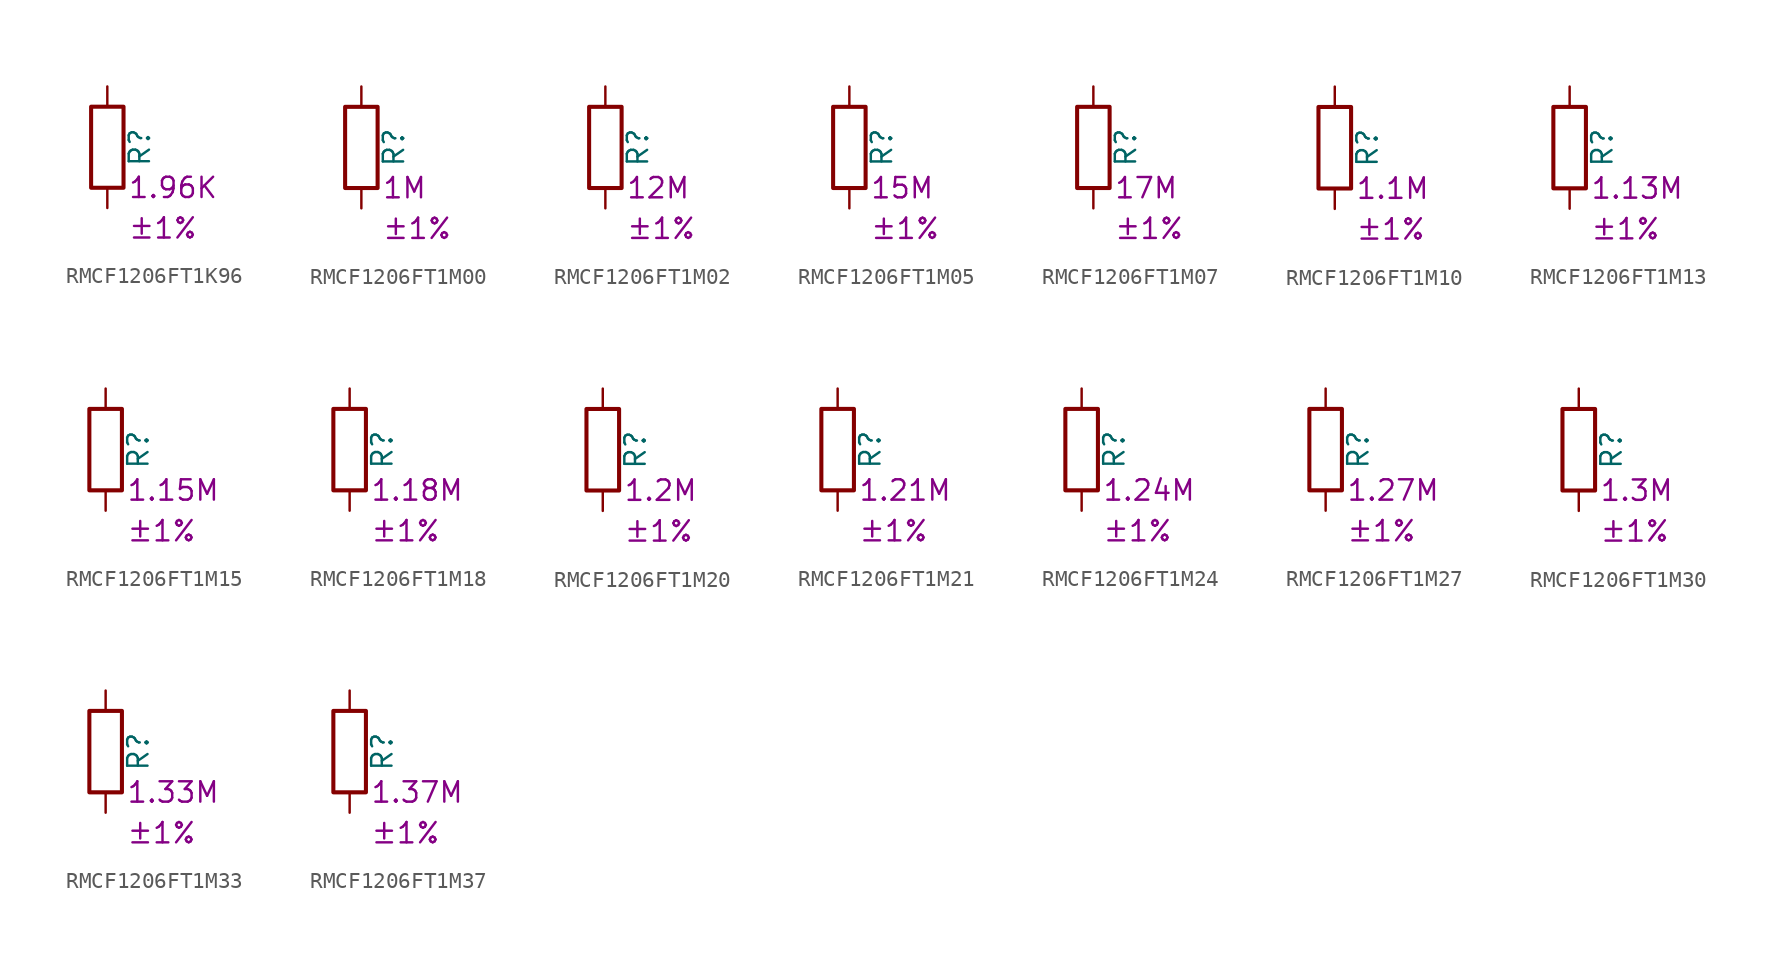
<source format=kicad_sym>
(kicad_symbol_lib
  (version 20220914)
  (generator kicad_symbol_editor)
  (symbol "RMCF1206FT1K96"
    (pin_numbers hide)
    (pin_names
      (offset 0))
    (property "Reference" "R"
      (at 2.032 0 90)
      (effects (font (size 1.27 1.27))))
    (property "Resistance" "1.96K"
      (at 1.27 -2.54 0)
      (effects (font (size 1.27 1.27)) (justify left)))
    (property "Tolerance" "±1%"
      (at 1.27 -5.08 0)
      (effects (font (size 1.27 1.27)) (justify left)))
    (symbol "RMCF1206FT1K96_0_1"
      (rectangle (start -1.016 -2.54) (end 1.016 2.54) (stroke (width 0.254) (type default)) (fill (type none))))
    (symbol "RMCF1206FT1K96_1_1"
      (pin passive line (at 0 3.81 270) (length 1.27) (name "~" (effects (font (size 1.27 1.27)))) (number "1" (effects (font (size 1.27 1.27)))))
      (pin passive line (at 0 -3.81 90) (length 1.27) (name "~" (effects (font (size 1.27 1.27)))) (number "2" (effects (font (size 1.27 1.27)))))))
  (symbol "RMCF1206FT1M00"
    (pin_numbers hide)
    (pin_names
      (offset 0))
    (property "Reference" "R"
      (at 2.032 0 90)
      (effects (font (size 1.27 1.27))))
    (property "Resistance" "1M"
      (at 1.27 -2.54 0)
      (effects (font (size 1.27 1.27)) (justify left)))
    (property "Tolerance" "±1%"
      (at 1.27 -5.08 0)
      (effects (font (size 1.27 1.27)) (justify left)))
    (symbol "RMCF1206FT1M00_0_1"
      (rectangle (start -1.016 -2.54) (end 1.016 2.54) (stroke (width 0.254) (type default)) (fill (type none))))
    (symbol "RMCF1206FT1M00_1_1"
      (pin passive line (at 0 3.81 270) (length 1.27) (name "~" (effects (font (size 1.27 1.27)))) (number "1" (effects (font (size 1.27 1.27)))))
      (pin passive line (at 0 -3.81 90) (length 1.27) (name "~" (effects (font (size 1.27 1.27)))) (number "2" (effects (font (size 1.27 1.27)))))))
  (symbol "RMCF1206FT1M02"
    (pin_numbers hide)
    (pin_names
      (offset 0))
    (property "Reference" "R"
      (at 2.032 0 90)
      (effects (font (size 1.27 1.27))))
    (property "Resistance" "12M"
      (at 1.27 -2.54 0)
      (effects (font (size 1.27 1.27)) (justify left)))
    (property "Tolerance" "±1%"
      (at 1.27 -5.08 0)
      (effects (font (size 1.27 1.27)) (justify left)))
    (symbol "RMCF1206FT1M02_0_1"
      (rectangle (start -1.016 -2.54) (end 1.016 2.54) (stroke (width 0.254) (type default)) (fill (type none))))
    (symbol "RMCF1206FT1M02_1_1"
      (pin passive line (at 0 3.81 270) (length 1.27) (name "~" (effects (font (size 1.27 1.27)))) (number "1" (effects (font (size 1.27 1.27)))))
      (pin passive line (at 0 -3.81 90) (length 1.27) (name "~" (effects (font (size 1.27 1.27)))) (number "2" (effects (font (size 1.27 1.27)))))))
  (symbol "RMCF1206FT1M05"
    (pin_numbers hide)
    (pin_names
      (offset 0))
    (property "Reference" "R"
      (at 2.032 0 90)
      (effects (font (size 1.27 1.27))))
    (property "Resistance" "15M"
      (at 1.27 -2.54 0)
      (effects (font (size 1.27 1.27)) (justify left)))
    (property "Tolerance" "±1%"
      (at 1.27 -5.08 0)
      (effects (font (size 1.27 1.27)) (justify left)))
    (symbol "RMCF1206FT1M05_0_1"
      (rectangle (start -1.016 -2.54) (end 1.016 2.54) (stroke (width 0.254) (type default)) (fill (type none))))
    (symbol "RMCF1206FT1M05_1_1"
      (pin passive line (at 0 3.81 270) (length 1.27) (name "~" (effects (font (size 1.27 1.27)))) (number "1" (effects (font (size 1.27 1.27)))))
      (pin passive line (at 0 -3.81 90) (length 1.27) (name "~" (effects (font (size 1.27 1.27)))) (number "2" (effects (font (size 1.27 1.27)))))))
  (symbol "RMCF1206FT1M07"
    (pin_numbers hide)
    (pin_names
      (offset 0))
    (property "Reference" "R"
      (at 2.032 0 90)
      (effects (font (size 1.27 1.27))))
    (property "Resistance" "17M"
      (at 1.27 -2.54 0)
      (effects (font (size 1.27 1.27)) (justify left)))
    (property "Tolerance" "±1%"
      (at 1.27 -5.08 0)
      (effects (font (size 1.27 1.27)) (justify left)))
    (symbol "RMCF1206FT1M07_0_1"
      (rectangle (start -1.016 -2.54) (end 1.016 2.54) (stroke (width 0.254) (type default)) (fill (type none))))
    (symbol "RMCF1206FT1M07_1_1"
      (pin passive line (at 0 3.81 270) (length 1.27) (name "~" (effects (font (size 1.27 1.27)))) (number "1" (effects (font (size 1.27 1.27)))))
      (pin passive line (at 0 -3.81 90) (length 1.27) (name "~" (effects (font (size 1.27 1.27)))) (number "2" (effects (font (size 1.27 1.27)))))))
  (symbol "RMCF1206FT1M10"
    (pin_numbers hide)
    (pin_names
      (offset 0))
    (property "Reference" "R"
      (at 2.032 0 90)
      (effects (font (size 1.27 1.27))))
    (property "Resistance" "1.1M"
      (at 1.27 -2.54 0)
      (effects (font (size 1.27 1.27)) (justify left)))
    (property "Tolerance" "±1%"
      (at 1.27 -5.08 0)
      (effects (font (size 1.27 1.27)) (justify left)))
    (symbol "RMCF1206FT1M10_0_1"
      (rectangle (start -1.016 -2.54) (end 1.016 2.54) (stroke (width 0.254) (type default)) (fill (type none))))
    (symbol "RMCF1206FT1M10_1_1"
      (pin passive line (at 0 3.81 270) (length 1.27) (name "~" (effects (font (size 1.27 1.27)))) (number "1" (effects (font (size 1.27 1.27)))))
      (pin passive line (at 0 -3.81 90) (length 1.27) (name "~" (effects (font (size 1.27 1.27)))) (number "2" (effects (font (size 1.27 1.27)))))))
  (symbol "RMCF1206FT1M13"
    (pin_numbers hide)
    (pin_names
      (offset 0))
    (property "Reference" "R"
      (at 2.032 0 90)
      (effects (font (size 1.27 1.27))))
    (property "Resistance" "1.13M"
      (at 1.27 -2.54 0)
      (effects (font (size 1.27 1.27)) (justify left)))
    (property "Tolerance" "±1%"
      (at 1.27 -5.08 0)
      (effects (font (size 1.27 1.27)) (justify left)))
    (symbol "RMCF1206FT1M13_0_1"
      (rectangle (start -1.016 -2.54) (end 1.016 2.54) (stroke (width 0.254) (type default)) (fill (type none))))
    (symbol "RMCF1206FT1M13_1_1"
      (pin passive line (at 0 3.81 270) (length 1.27) (name "~" (effects (font (size 1.27 1.27)))) (number "1" (effects (font (size 1.27 1.27)))))
      (pin passive line (at 0 -3.81 90) (length 1.27) (name "~" (effects (font (size 1.27 1.27)))) (number "2" (effects (font (size 1.27 1.27)))))))
  (symbol "RMCF1206FT1M15"
    (pin_numbers hide)
    (pin_names
      (offset 0))
    (property "Reference" "R"
      (at 2.032 0 90)
      (effects (font (size 1.27 1.27))))
    (property "Resistance" "1.15M"
      (at 1.27 -2.54 0)
      (effects (font (size 1.27 1.27)) (justify left)))
    (property "Tolerance" "±1%"
      (at 1.27 -5.08 0)
      (effects (font (size 1.27 1.27)) (justify left)))
    (symbol "RMCF1206FT1M15_0_1"
      (rectangle (start -1.016 -2.54) (end 1.016 2.54) (stroke (width 0.254) (type default)) (fill (type none))))
    (symbol "RMCF1206FT1M15_1_1"
      (pin passive line (at 0 3.81 270) (length 1.27) (name "~" (effects (font (size 1.27 1.27)))) (number "1" (effects (font (size 1.27 1.27)))))
      (pin passive line (at 0 -3.81 90) (length 1.27) (name "~" (effects (font (size 1.27 1.27)))) (number "2" (effects (font (size 1.27 1.27)))))))
  (symbol "RMCF1206FT1M18"
    (pin_numbers hide)
    (pin_names
      (offset 0))
    (property "Reference" "R"
      (at 2.032 0 90)
      (effects (font (size 1.27 1.27))))
    (property "Resistance" "1.18M"
      (at 1.27 -2.54 0)
      (effects (font (size 1.27 1.27)) (justify left)))
    (property "Tolerance" "±1%"
      (at 1.27 -5.08 0)
      (effects (font (size 1.27 1.27)) (justify left)))
    (symbol "RMCF1206FT1M18_0_1"
      (rectangle (start -1.016 -2.54) (end 1.016 2.54) (stroke (width 0.254) (type default)) (fill (type none))))
    (symbol "RMCF1206FT1M18_1_1"
      (pin passive line (at 0 3.81 270) (length 1.27) (name "~" (effects (font (size 1.27 1.27)))) (number "1" (effects (font (size 1.27 1.27)))))
      (pin passive line (at 0 -3.81 90) (length 1.27) (name "~" (effects (font (size 1.27 1.27)))) (number "2" (effects (font (size 1.27 1.27)))))))
  (symbol "RMCF1206FT1M20"
    (pin_numbers hide)
    (pin_names
      (offset 0))
    (property "Reference" "R"
      (at 2.032 0 90)
      (effects (font (size 1.27 1.27))))
    (property "Resistance" "1.2M"
      (at 1.27 -2.54 0)
      (effects (font (size 1.27 1.27)) (justify left)))
    (property "Tolerance" "±1%"
      (at 1.27 -5.08 0)
      (effects (font (size 1.27 1.27)) (justify left)))
    (symbol "RMCF1206FT1M20_0_1"
      (rectangle (start -1.016 -2.54) (end 1.016 2.54) (stroke (width 0.254) (type default)) (fill (type none))))
    (symbol "RMCF1206FT1M20_1_1"
      (pin passive line (at 0 3.81 270) (length 1.27) (name "~" (effects (font (size 1.27 1.27)))) (number "1" (effects (font (size 1.27 1.27)))))
      (pin passive line (at 0 -3.81 90) (length 1.27) (name "~" (effects (font (size 1.27 1.27)))) (number "2" (effects (font (size 1.27 1.27)))))))
  (symbol "RMCF1206FT1M21"
    (pin_numbers hide)
    (pin_names
      (offset 0))
    (property "Reference" "R"
      (at 2.032 0 90)
      (effects (font (size 1.27 1.27))))
    (property "Resistance" "1.21M"
      (at 1.27 -2.54 0)
      (effects (font (size 1.27 1.27)) (justify left)))
    (property "Tolerance" "±1%"
      (at 1.27 -5.08 0)
      (effects (font (size 1.27 1.27)) (justify left)))
    (symbol "RMCF1206FT1M21_0_1"
      (rectangle (start -1.016 -2.54) (end 1.016 2.54) (stroke (width 0.254) (type default)) (fill (type none))))
    (symbol "RMCF1206FT1M21_1_1"
      (pin passive line (at 0 3.81 270) (length 1.27) (name "~" (effects (font (size 1.27 1.27)))) (number "1" (effects (font (size 1.27 1.27)))))
      (pin passive line (at 0 -3.81 90) (length 1.27) (name "~" (effects (font (size 1.27 1.27)))) (number "2" (effects (font (size 1.27 1.27)))))))
  (symbol "RMCF1206FT1M24"
    (pin_numbers hide)
    (pin_names
      (offset 0))
    (property "Reference" "R"
      (at 2.032 0 90)
      (effects (font (size 1.27 1.27))))
    (property "Resistance" "1.24M"
      (at 1.27 -2.54 0)
      (effects (font (size 1.27 1.27)) (justify left)))
    (property "Tolerance" "±1%"
      (at 1.27 -5.08 0)
      (effects (font (size 1.27 1.27)) (justify left)))
    (symbol "RMCF1206FT1M24_0_1"
      (rectangle (start -1.016 -2.54) (end 1.016 2.54) (stroke (width 0.254) (type default)) (fill (type none))))
    (symbol "RMCF1206FT1M24_1_1"
      (pin passive line (at 0 3.81 270) (length 1.27) (name "~" (effects (font (size 1.27 1.27)))) (number "1" (effects (font (size 1.27 1.27)))))
      (pin passive line (at 0 -3.81 90) (length 1.27) (name "~" (effects (font (size 1.27 1.27)))) (number "2" (effects (font (size 1.27 1.27)))))))
  (symbol "RMCF1206FT1M27"
    (pin_numbers hide)
    (pin_names
      (offset 0))
    (property "Reference" "R"
      (at 2.032 0 90)
      (effects (font (size 1.27 1.27))))
    (property "Resistance" "1.27M"
      (at 1.27 -2.54 0)
      (effects (font (size 1.27 1.27)) (justify left)))
    (property "Tolerance" "±1%"
      (at 1.27 -5.08 0)
      (effects (font (size 1.27 1.27)) (justify left)))
    (symbol "RMCF1206FT1M27_0_1"
      (rectangle (start -1.016 -2.54) (end 1.016 2.54) (stroke (width 0.254) (type default)) (fill (type none))))
    (symbol "RMCF1206FT1M27_1_1"
      (pin passive line (at 0 3.81 270) (length 1.27) (name "~" (effects (font (size 1.27 1.27)))) (number "1" (effects (font (size 1.27 1.27)))))
      (pin passive line (at 0 -3.81 90) (length 1.27) (name "~" (effects (font (size 1.27 1.27)))) (number "2" (effects (font (size 1.27 1.27)))))))
  (symbol "RMCF1206FT1M30"
    (pin_numbers hide)
    (pin_names
      (offset 0))
    (property "Reference" "R"
      (at 2.032 0 90)
      (effects (font (size 1.27 1.27))))
    (property "Resistance" "1.3M"
      (at 1.27 -2.54 0)
      (effects (font (size 1.27 1.27)) (justify left)))
    (property "Tolerance" "±1%"
      (at 1.27 -5.08 0)
      (effects (font (size 1.27 1.27)) (justify left)))
    (symbol "RMCF1206FT1M30_0_1"
      (rectangle (start -1.016 -2.54) (end 1.016 2.54) (stroke (width 0.254) (type default)) (fill (type none))))
    (symbol "RMCF1206FT1M30_1_1"
      (pin passive line (at 0 3.81 270) (length 1.27) (name "~" (effects (font (size 1.27 1.27)))) (number "1" (effects (font (size 1.27 1.27)))))
      (pin passive line (at 0 -3.81 90) (length 1.27) (name "~" (effects (font (size 1.27 1.27)))) (number "2" (effects (font (size 1.27 1.27)))))))
  (symbol "RMCF1206FT1M33"
    (pin_numbers hide)
    (pin_names
      (offset 0))
    (property "Reference" "R"
      (at 2.032 0 90)
      (effects (font (size 1.27 1.27))))
    (property "Resistance" "1.33M"
      (at 1.27 -2.54 0)
      (effects (font (size 1.27 1.27)) (justify left)))
    (property "Tolerance" "±1%"
      (at 1.27 -5.08 0)
      (effects (font (size 1.27 1.27)) (justify left)))
    (symbol "RMCF1206FT1M33_0_1"
      (rectangle (start -1.016 -2.54) (end 1.016 2.54) (stroke (width 0.254) (type default)) (fill (type none))))
    (symbol "RMCF1206FT1M33_1_1"
      (pin passive line (at 0 3.81 270) (length 1.27) (name "~" (effects (font (size 1.27 1.27)))) (number "1" (effects (font (size 1.27 1.27)))))
      (pin passive line (at 0 -3.81 90) (length 1.27) (name "~" (effects (font (size 1.27 1.27)))) (number "2" (effects (font (size 1.27 1.27)))))))
  (symbol "RMCF1206FT1M37"
    (pin_numbers hide)
    (pin_names
      (offset 0))
    (property "Reference" "R"
      (at 2.032 0 90)
      (effects (font (size 1.27 1.27))))
    (property "Resistance" "1.37M"
      (at 1.27 -2.54 0)
      (effects (font (size 1.27 1.27)) (justify left)))
    (property "Tolerance" "±1%"
      (at 1.27 -5.08 0)
      (effects (font (size 1.27 1.27)) (justify left)))
    (symbol "RMCF1206FT1M37_0_1"
      (rectangle (start -1.016 -2.54) (end 1.016 2.54) (stroke (width 0.254) (type default)) (fill (type none))))
    (symbol "RMCF1206FT1M37_1_1"
      (pin passive line (at 0 3.81 270) (length 1.27) (name "~" (effects (font (size 1.27 1.27)))) (number "1" (effects (font (size 1.27 1.27)))))
      (pin passive line (at 0 -3.81 90) (length 1.27) (name "~" (effects (font (size 1.27 1.27)))) (number "2" (effects (font (size 1.27 1.27))))))))
</source>
